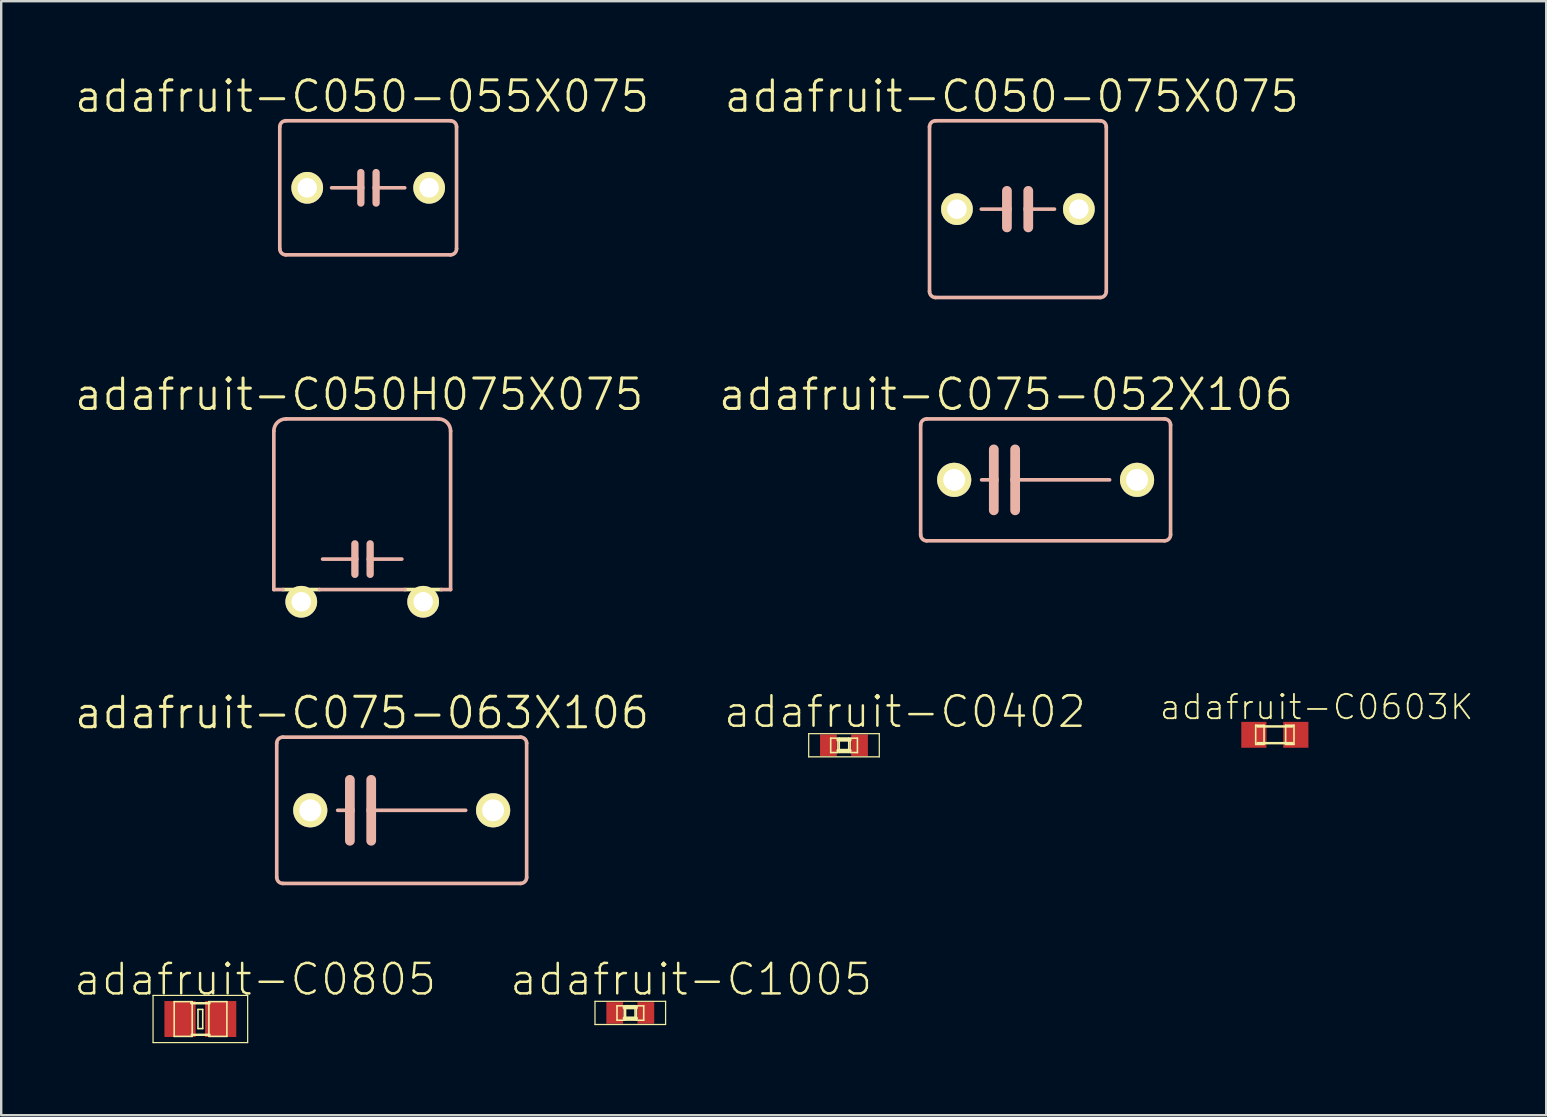
<source format=kicad_pcb>
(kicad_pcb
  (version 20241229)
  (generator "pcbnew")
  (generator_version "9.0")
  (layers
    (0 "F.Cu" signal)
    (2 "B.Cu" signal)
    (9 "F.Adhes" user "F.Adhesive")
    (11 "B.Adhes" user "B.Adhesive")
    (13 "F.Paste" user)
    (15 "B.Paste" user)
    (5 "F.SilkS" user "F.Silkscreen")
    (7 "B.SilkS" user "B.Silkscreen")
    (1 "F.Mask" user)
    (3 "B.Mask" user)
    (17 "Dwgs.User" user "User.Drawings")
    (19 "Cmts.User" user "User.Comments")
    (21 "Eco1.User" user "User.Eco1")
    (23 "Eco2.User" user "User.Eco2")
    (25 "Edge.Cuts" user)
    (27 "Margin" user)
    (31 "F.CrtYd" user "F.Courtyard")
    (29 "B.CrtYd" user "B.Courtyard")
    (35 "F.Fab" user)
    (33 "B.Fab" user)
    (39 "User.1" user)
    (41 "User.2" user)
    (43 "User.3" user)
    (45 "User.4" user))
  (footprint "adafruit-C075-052X106"
    (layer "F.Cu")
    (at 40.522 16.946)
    (property "Reference" "adafruit-C075-052X106" (at -1.651 -3.556 0) (layer "F.SilkS") (effects (font (size 1.27 1.27) (thickness 0.127))))
    (attr exclude_from_pos_files exclude_from_bom)
    (fp_line (start -5.207 -2.286) (end -5.207 2.286) (stroke (width 0.152) (type solid)) (layer "B.SilkS"))
    (fp_line (start -4.953 2.54) (end 4.953 2.54) (stroke (width 0.152) (type solid)) (layer "B.SilkS"))
    (fp_line (start -2.667 0) (end -2.159 0) (stroke (width 0.152) (type solid)) (layer "B.SilkS"))
    (fp_line (start -2.159 -1.27) (end -2.159 0) (stroke (width 0.406) (type solid)) (layer "B.SilkS"))
    (fp_line (start -2.159 0) (end -2.159 1.27) (stroke (width 0.406) (type solid)) (layer "B.SilkS"))
    (fp_line (start -1.27 -1.27) (end -1.27 0) (stroke (width 0.406) (type solid)) (layer "B.SilkS"))
    (fp_line (start -1.27 0) (end -1.27 1.27) (stroke (width 0.406) (type solid)) (layer "B.SilkS"))
    (fp_line (start -1.27 0) (end 2.667 0) (stroke (width 0.152) (type solid)) (layer "B.SilkS"))
    (fp_line (start 4.953 -2.54) (end -4.953 -2.54) (stroke (width 0.152) (type solid)) (layer "B.SilkS"))
    (fp_line (start 5.207 2.286) (end 5.207 -2.286) (stroke (width 0.152) (type solid)) (layer "B.SilkS"))
    (fp_arc (start -5.207 -2.286) (mid -5.132605 -2.465605) (end -4.953 -2.54) (stroke (width 0.1524) (type solid)) (layer "B.SilkS"))
    (fp_arc (start -4.953 2.54) (mid -5.132605 2.465605) (end -5.207 2.286) (stroke (width 0.1524) (type solid)) (layer "B.SilkS"))
    (fp_arc (start 4.953 -2.54) (mid 5.132605 -2.465605) (end 5.207 -2.286) (stroke (width 0.1524) (type solid)) (layer "B.SilkS"))
    (fp_arc (start 5.207 2.286) (mid 5.132605 2.465605) (end 4.953 2.54) (stroke (width 0.1524) (type solid)) (layer "B.SilkS"))
    (pad "1" thru_hole circle (at -3.81 0) (size 1.422 1.422) (drill 0.914) (layers "*.Cu" "F.Mask" "F.SilkS" "F.Paste"))
    (pad "2" thru_hole circle (at 3.81 0) (size 1.422 1.422) (drill 0.914) (layers "*.Cu" "F.Mask" "F.SilkS" "F.Paste")))
  (footprint "adafruit-C075-063X106"
    (layer "F.Cu")
    (at 13.689 30.716)
    (property "Reference" "adafruit-C075-063X106" (at -1.651 -4.064 0) (layer "F.SilkS") (effects (font (size 1.27 1.27) (thickness 0.127))))
    (attr exclude_from_pos_files exclude_from_bom)
    (fp_line (start -5.207 -2.794) (end -5.207 2.794) (stroke (width 0.152) (type solid)) (layer "B.SilkS"))
    (fp_line (start -4.953 3.048) (end 4.953 3.048) (stroke (width 0.152) (type solid)) (layer "B.SilkS"))
    (fp_line (start -2.667 0) (end -2.159 0) (stroke (width 0.152) (type solid)) (layer "B.SilkS"))
    (fp_line (start -2.159 -1.27) (end -2.159 0) (stroke (width 0.406) (type solid)) (layer "B.SilkS"))
    (fp_line (start -2.159 0) (end -2.159 1.27) (stroke (width 0.406) (type solid)) (layer "B.SilkS"))
    (fp_line (start -1.27 -1.27) (end -1.27 0) (stroke (width 0.406) (type solid)) (layer "B.SilkS"))
    (fp_line (start -1.27 0) (end -1.27 1.27) (stroke (width 0.406) (type solid)) (layer "B.SilkS"))
    (fp_line (start -1.27 0) (end 2.667 0) (stroke (width 0.152) (type solid)) (layer "B.SilkS"))
    (fp_line (start 4.953 -3.048) (end -4.953 -3.048) (stroke (width 0.152) (type solid)) (layer "B.SilkS"))
    (fp_line (start 5.207 2.794) (end 5.207 -2.794) (stroke (width 0.152) (type solid)) (layer "B.SilkS"))
    (fp_arc (start -5.207 -2.794) (mid -5.132605 -2.973605) (end -4.953 -3.048) (stroke (width 0.1524) (type solid)) (layer "B.SilkS"))
    (fp_arc (start -4.953 3.048) (mid -5.132605 2.973605) (end -5.207 2.794) (stroke (width 0.1524) (type solid)) (layer "B.SilkS"))
    (fp_arc (start 4.953 -3.048) (mid 5.132605 -2.973605) (end 5.207 -2.794) (stroke (width 0.1524) (type solid)) (layer "B.SilkS"))
    (fp_arc (start 5.207 2.794) (mid 5.132605 2.973605) (end 4.953 3.048) (stroke (width 0.1524) (type solid)) (layer "B.SilkS"))
    (pad "1" thru_hole circle (at -3.81 0) (size 1.422 1.422) (drill 0.914) (layers "*.Cu" "F.Mask" "F.SilkS" "F.Paste"))
    (pad "2" thru_hole circle (at 3.81 0) (size 1.422 1.422) (drill 0.914) (layers "*.Cu" "F.Mask" "F.SilkS" "F.Paste")))
  (footprint "adafruit-C050-055X075"
    (layer "F.Cu")
    (at 12.292 4.776)
    (property "Reference" "adafruit-C050-055X075" (at -0.254 -3.81 0) (layer "F.SilkS") (effects (font (size 1.27 1.27) (thickness 0.127))))
    (attr exclude_from_pos_files exclude_from_bom)
    (fp_line (start -3.683 -2.54) (end -3.683 2.54) (stroke (width 0.152) (type solid)) (layer "B.SilkS"))
    (fp_line (start -3.429 2.794) (end 3.429 2.794) (stroke (width 0.152) (type solid)) (layer "B.SilkS"))
    (fp_line (start -0.305 -0.635) (end -0.305 0) (stroke (width 0.305) (type solid)) (layer "B.SilkS"))
    (fp_line (start -0.305 0) (end -1.524 0) (stroke (width 0.152) (type solid)) (layer "B.SilkS"))
    (fp_line (start -0.305 0) (end -0.305 0.635) (stroke (width 0.305) (type solid)) (layer "B.SilkS"))
    (fp_line (start 0.33 -0.635) (end 0.33 0) (stroke (width 0.305) (type solid)) (layer "B.SilkS"))
    (fp_line (start 0.33 0) (end 0.33 0.635) (stroke (width 0.305) (type solid)) (layer "B.SilkS"))
    (fp_line (start 0.33 0) (end 1.524 0) (stroke (width 0.152) (type solid)) (layer "B.SilkS"))
    (fp_line (start 3.429 -2.794) (end -3.429 -2.794) (stroke (width 0.152) (type solid)) (layer "B.SilkS"))
    (fp_line (start 3.683 2.54) (end 3.683 -2.54) (stroke (width 0.152) (type solid)) (layer "B.SilkS"))
    (fp_arc (start -3.683 -2.54) (mid -3.608605 -2.719605) (end -3.429 -2.794) (stroke (width 0.1524) (type solid)) (layer "B.SilkS"))
    (fp_arc (start -3.429 2.794) (mid -3.608605 2.719605) (end -3.683 2.54) (stroke (width 0.1524) (type solid)) (layer "B.SilkS"))
    (fp_arc (start 3.429 -2.794) (mid 3.608605 -2.719605) (end 3.683 -2.54) (stroke (width 0.1524) (type solid)) (layer "B.SilkS"))
    (fp_arc (start 3.683 2.54) (mid 3.608605 2.719605) (end 3.429 2.794) (stroke (width 0.1524) (type solid)) (layer "B.SilkS"))
    (pad "1" thru_hole circle (at -2.54 0) (size 1.321 1.321) (drill 0.813) (layers "*.Cu" "F.Mask" "F.SilkS" "F.Paste"))
    (pad "2" thru_hole circle (at 2.54 0) (size 1.321 1.321) (drill 0.813) (layers "*.Cu" "F.Mask" "F.SilkS" "F.Paste")))
  (footprint "adafruit-C0402"
    (layer "F.Cu")
    (at 32.12 28.005)
    (property "Reference" "adafruit-C0402" (at 2.54 -1.397 0) (layer "F.SilkS") (effects (font (size 1.27 1.27) (thickness 0.102))))
    (attr smd)
    (fp_line (start -1.471 -0.483) (end 1.471 -0.483) (stroke (width 0.051) (type solid)) (layer "F.SilkS"))
    (fp_line (start -1.471 0.483) (end -1.471 -0.483) (stroke (width 0.051) (type solid)) (layer "F.SilkS"))
    (fp_line (start -0.554 -0.295) (end -0.254 -0.295) (stroke (width 0.066) (type solid)) (layer "F.SilkS"))
    (fp_line (start -0.554 0.305) (end -0.554 -0.295) (stroke (width 0.066) (type solid)) (layer "F.SilkS"))
    (fp_line (start -0.554 0.305) (end -0.254 0.305) (stroke (width 0.066) (type solid)) (layer "F.SilkS"))
    (fp_line (start -0.254 0.305) (end -0.254 -0.295) (stroke (width 0.066) (type solid)) (layer "F.SilkS"))
    (fp_line (start -0.244 -0.224) (end 0.244 -0.224) (stroke (width 0.152) (type solid)) (layer "F.SilkS"))
    (fp_line (start -0.198 -0.3) (end 0.198 -0.3) (stroke (width 0.066) (type solid)) (layer "F.SilkS"))
    (fp_line (start -0.198 0.3) (end -0.198 -0.3) (stroke (width 0.066) (type solid)) (layer "F.SilkS"))
    (fp_line (start -0.198 0.3) (end 0.198 0.3) (stroke (width 0.066) (type solid)) (layer "F.SilkS"))
    (fp_line (start 0.198 0.3) (end 0.198 -0.3) (stroke (width 0.066) (type solid)) (layer "F.SilkS"))
    (fp_line (start 0.244 0.224) (end -0.244 0.224) (stroke (width 0.152) (type solid)) (layer "F.SilkS"))
    (fp_line (start 0.257 -0.295) (end 0.559 -0.295) (stroke (width 0.066) (type solid)) (layer "F.SilkS"))
    (fp_line (start 0.257 0.305) (end 0.257 -0.295) (stroke (width 0.066) (type solid)) (layer "F.SilkS"))
    (fp_line (start 0.257 0.305) (end 0.559 0.305) (stroke (width 0.066) (type solid)) (layer "F.SilkS"))
    (fp_line (start 0.559 0.305) (end 0.559 -0.295) (stroke (width 0.066) (type solid)) (layer "F.SilkS"))
    (fp_line (start 1.471 -0.483) (end 1.471 0.483) (stroke (width 0.051) (type solid)) (layer "F.SilkS"))
    (fp_line (start 1.471 0.483) (end -1.471 0.483) (stroke (width 0.051) (type solid)) (layer "F.SilkS"))
    (pad "1" smd rect (at -0.648 0) (size 0.699 0.899) (layers "F.Cu" "F.Mask" "F.Paste"))
    (pad "2" smd rect (at 0.648 0) (size 0.699 0.899) (layers "F.Cu" "F.Mask" "F.Paste")))
  (footprint "adafruit-C1005"
    (layer "F.Cu")
    (at 23.215 39.159)
    (property "Reference" "adafruit-C1005" (at 2.54 -1.397 0) (layer "F.SilkS") (effects (font (size 1.27 1.27) (thickness 0.102))))
    (attr smd)
    (fp_line (start -1.471 -0.483) (end 1.471 -0.483) (stroke (width 0.051) (type solid)) (layer "F.SilkS"))
    (fp_line (start -1.471 0.483) (end -1.471 -0.483) (stroke (width 0.051) (type solid)) (layer "F.SilkS"))
    (fp_line (start -0.554 -0.295) (end -0.254 -0.295) (stroke (width 0.066) (type solid)) (layer "F.SilkS"))
    (fp_line (start -0.554 0.305) (end -0.554 -0.295) (stroke (width 0.066) (type solid)) (layer "F.SilkS"))
    (fp_line (start -0.554 0.305) (end -0.254 0.305) (stroke (width 0.066) (type solid)) (layer "F.SilkS"))
    (fp_line (start -0.254 0.305) (end -0.254 -0.295) (stroke (width 0.066) (type solid)) (layer "F.SilkS"))
    (fp_line (start -0.244 -0.224) (end 0.244 -0.224) (stroke (width 0.152) (type solid)) (layer "F.SilkS"))
    (fp_line (start -0.198 -0.3) (end 0.198 -0.3) (stroke (width 0.066) (type solid)) (layer "F.SilkS"))
    (fp_line (start -0.198 0.3) (end -0.198 -0.3) (stroke (width 0.066) (type solid)) (layer "F.SilkS"))
    (fp_line (start -0.198 0.3) (end 0.198 0.3) (stroke (width 0.066) (type solid)) (layer "F.SilkS"))
    (fp_line (start 0.198 0.3) (end 0.198 -0.3) (stroke (width 0.066) (type solid)) (layer "F.SilkS"))
    (fp_line (start 0.244 0.224) (end -0.244 0.224) (stroke (width 0.152) (type solid)) (layer "F.SilkS"))
    (fp_line (start 0.257 -0.295) (end 0.559 -0.295) (stroke (width 0.066) (type solid)) (layer "F.SilkS"))
    (fp_line (start 0.257 0.305) (end 0.257 -0.295) (stroke (width 0.066) (type solid)) (layer "F.SilkS"))
    (fp_line (start 0.257 0.305) (end 0.559 0.305) (stroke (width 0.066) (type solid)) (layer "F.SilkS"))
    (fp_line (start 0.559 0.305) (end 0.559 -0.295) (stroke (width 0.066) (type solid)) (layer "F.SilkS"))
    (fp_line (start 1.471 -0.483) (end 1.471 0.483) (stroke (width 0.051) (type solid)) (layer "F.SilkS"))
    (fp_line (start 1.471 0.483) (end -1.471 0.483) (stroke (width 0.051) (type solid)) (layer "F.SilkS"))
    (pad "1" smd rect (at -0.648 0) (size 0.699 0.899) (layers "F.Cu" "F.Mask" "F.Paste"))
    (pad "2" smd rect (at 0.648 0) (size 0.699 0.899) (layers "F.Cu" "F.Mask" "F.Paste")))
  (footprint "adafruit-C050H075X075"
    (layer "F.Cu")
    (at 12.044 22.026)
    (property "Reference" "adafruit-C050H075X075" (at -0.127 -8.636 0) (layer "F.SilkS") (effects (font (size 1.27 1.27) (thickness 0.127))))
    (attr exclude_from_pos_files exclude_from_bom)
    (fp_line (start -3.302 -0.508) (end -1.778 -0.508) (stroke (width 0.152) (type solid)) (layer "F.SilkS"))
    (fp_line (start -2.794 -0.508) (end -2.286 -0.508) (stroke (width 0.066) (type solid)) (layer "F.SilkS"))
    (fp_line (start -2.794 -0.127) (end -2.794 -0.508) (stroke (width 0.066) (type solid)) (layer "F.SilkS"))
    (fp_line (start -2.794 -0.127) (end -2.286 -0.127) (stroke (width 0.066) (type solid)) (layer "F.SilkS"))
    (fp_line (start -2.54 0) (end -2.54 -0.254) (stroke (width 0.508) (type solid)) (layer "F.SilkS"))
    (fp_line (start -2.286 -0.127) (end -2.286 -0.508) (stroke (width 0.066) (type solid)) (layer "F.SilkS"))
    (fp_line (start 1.778 -0.508) (end 3.302 -0.508) (stroke (width 0.152) (type solid)) (layer "F.SilkS"))
    (fp_line (start 2.286 -0.508) (end 2.794 -0.508) (stroke (width 0.066) (type solid)) (layer "F.SilkS"))
    (fp_line (start 2.286 -0.127) (end 2.286 -0.508) (stroke (width 0.066) (type solid)) (layer "F.SilkS"))
    (fp_line (start 2.286 -0.127) (end 2.794 -0.127) (stroke (width 0.066) (type solid)) (layer "F.SilkS"))
    (fp_line (start 2.54 0) (end 2.54 -0.254) (stroke (width 0.508) (type solid)) (layer "F.SilkS"))
    (fp_line (start 2.794 -0.127) (end 2.794 -0.508) (stroke (width 0.066) (type solid)) (layer "F.SilkS"))
    (fp_line (start -3.683 -7.112) (end -3.683 -0.508) (stroke (width 0.152) (type solid)) (layer "B.SilkS"))
    (fp_line (start -3.683 -0.508) (end -3.302 -0.508) (stroke (width 0.152) (type solid)) (layer "B.SilkS"))
    (fp_line (start -1.778 -0.508) (end 1.778 -0.508) (stroke (width 0.152) (type solid)) (layer "B.SilkS"))
    (fp_line (start -0.305 -2.413) (end -0.305 -1.778) (stroke (width 0.305) (type solid)) (layer "B.SilkS"))
    (fp_line (start -0.305 -1.778) (end -1.651 -1.778) (stroke (width 0.152) (type solid)) (layer "B.SilkS"))
    (fp_line (start -0.305 -1.778) (end -0.305 -1.143) (stroke (width 0.305) (type solid)) (layer "B.SilkS"))
    (fp_line (start 0.33 -2.413) (end 0.33 -1.778) (stroke (width 0.305) (type solid)) (layer "B.SilkS"))
    (fp_line (start 0.33 -1.778) (end 0.33 -1.143) (stroke (width 0.305) (type solid)) (layer "B.SilkS"))
    (fp_line (start 0.33 -1.778) (end 1.651 -1.778) (stroke (width 0.152) (type solid)) (layer "B.SilkS"))
    (fp_line (start 3.175 -7.62) (end -3.175 -7.62) (stroke (width 0.152) (type solid)) (layer "B.SilkS"))
    (fp_line (start 3.302 -0.508) (end 3.683 -0.508) (stroke (width 0.152) (type solid)) (layer "B.SilkS"))
    (fp_line (start 3.683 -0.508) (end 3.683 -7.112) (stroke (width 0.152) (type solid)) (layer "B.SilkS"))
    (fp_arc (start -3.683 -7.112) (mid -3.53421 -7.47121) (end -3.175 -7.62) (stroke (width 0.1524) (type solid)) (layer "B.SilkS"))
    (fp_arc (start 3.175 -7.62) (mid 3.53421 -7.47121) (end 3.683 -7.112) (stroke (width 0.1524) (type solid)) (layer "B.SilkS"))
    (pad "1" thru_hole circle (at -2.54 0) (size 1.321 1.321) (drill 0.813) (layers "*.Cu" "F.Mask" "F.SilkS" "F.Paste"))
    (pad "2" thru_hole circle (at 2.54 0) (size 1.321 1.321) (drill 0.813) (layers "*.Cu" "F.Mask" "F.SilkS" "F.Paste")))
  (footprint "adafruit-C0603K"
    (layer "F.Cu")
    (at 50.074 27.57)
    (property "Reference" "adafruit-C0603K" (at 1.74 -1.156 0) (layer "F.SilkS") (effects (font (size 1.016 1.016) (thickness 0.076))))
    (attr smd)
    (fp_line (start -0.798 -0.399) (end -0.45 -0.399) (stroke (width 0.066) (type solid)) (layer "F.SilkS"))
    (fp_line (start -0.798 0.399) (end -0.798 -0.399) (stroke (width 0.066) (type solid)) (layer "F.SilkS"))
    (fp_line (start -0.798 0.399) (end -0.45 0.399) (stroke (width 0.066) (type solid)) (layer "F.SilkS"))
    (fp_line (start -0.724 -0.348) (end 0.724 -0.348) (stroke (width 0.102) (type solid)) (layer "F.SilkS"))
    (fp_line (start -0.45 0.399) (end -0.45 -0.399) (stroke (width 0.066) (type solid)) (layer "F.SilkS"))
    (fp_line (start 0.45 -0.399) (end 0.798 -0.399) (stroke (width 0.066) (type solid)) (layer "F.SilkS"))
    (fp_line (start 0.45 0.399) (end 0.45 -0.399) (stroke (width 0.066) (type solid)) (layer "F.SilkS"))
    (fp_line (start 0.45 0.399) (end 0.798 0.399) (stroke (width 0.066) (type solid)) (layer "F.SilkS"))
    (fp_line (start 0.724 0.348) (end -0.724 0.348) (stroke (width 0.102) (type solid)) (layer "F.SilkS"))
    (fp_line (start 0.798 0.399) (end 0.798 -0.399) (stroke (width 0.066) (type solid)) (layer "F.SilkS"))
    (pad "1" smd rect (at -0.874 0) (size 1.049 1.079) (layers "F.Cu" "F.Mask" "F.Paste"))
    (pad "2" smd rect (at 0.874 0) (size 1.049 1.079) (layers "F.Cu" "F.Mask" "F.Paste")))
  (footprint "adafruit-C050-075X075"
    (layer "F.Cu")
    (at 39.367 5.665)
    (property "Reference" "adafruit-C050-075X075" (at -0.254 -4.699 0) (layer "F.SilkS") (effects (font (size 1.27 1.27) (thickness 0.127))))
    (attr exclude_from_pos_files exclude_from_bom)
    (fp_line (start -3.683 -3.429) (end -3.683 3.429) (stroke (width 0.152) (type solid)) (layer "B.SilkS"))
    (fp_line (start -3.429 3.683) (end 3.429 3.683) (stroke (width 0.152) (type solid)) (layer "B.SilkS"))
    (fp_line (start -1.524 0) (end -0.457 0) (stroke (width 0.152) (type solid)) (layer "B.SilkS"))
    (fp_line (start -0.457 0) (end -0.457 -0.762) (stroke (width 0.406) (type solid)) (layer "B.SilkS"))
    (fp_line (start -0.457 0) (end -0.457 0.762) (stroke (width 0.406) (type solid)) (layer "B.SilkS"))
    (fp_line (start 0.432 -0.762) (end 0.432 0) (stroke (width 0.406) (type solid)) (layer "B.SilkS"))
    (fp_line (start 0.432 0) (end 0.432 0.762) (stroke (width 0.406) (type solid)) (layer "B.SilkS"))
    (fp_line (start 0.432 0) (end 1.524 0) (stroke (width 0.152) (type solid)) (layer "B.SilkS"))
    (fp_line (start 3.429 -3.683) (end -3.429 -3.683) (stroke (width 0.152) (type solid)) (layer "B.SilkS"))
    (fp_line (start 3.683 3.429) (end 3.683 -3.429) (stroke (width 0.152) (type solid)) (layer "B.SilkS"))
    (fp_arc (start -3.683 -3.429) (mid -3.608605 -3.608605) (end -3.429 -3.683) (stroke (width 0.1524) (type solid)) (layer "B.SilkS"))
    (fp_arc (start -3.429 3.683) (mid -3.608605 3.608605) (end -3.683 3.429) (stroke (width 0.1524) (type solid)) (layer "B.SilkS"))
    (fp_arc (start 3.429 -3.683) (mid 3.608605 -3.608605) (end 3.683 -3.429) (stroke (width 0.1524) (type solid)) (layer "B.SilkS"))
    (fp_arc (start 3.683 3.429) (mid 3.608605 3.608605) (end 3.429 3.683) (stroke (width 0.1524) (type solid)) (layer "B.SilkS"))
    (pad "1" thru_hole circle (at -2.54 0) (size 1.321 1.321) (drill 0.813) (layers "*.Cu" "F.Mask" "F.SilkS" "F.Paste"))
    (pad "2" thru_hole circle (at 2.54 0) (size 1.321 1.321) (drill 0.813) (layers "*.Cu" "F.Mask" "F.SilkS" "F.Paste")))
  (footprint "adafruit-C0805"
    (layer "F.Cu")
    (at 5.299 39.413)
    (property "Reference" "adafruit-C0805" (at 2.286 -1.651 0) (layer "F.SilkS") (effects (font (size 1.27 1.27) (thickness 0.102))))
    (attr smd)
    (fp_line (start -1.971 -0.983) (end 1.971 -0.983) (stroke (width 0.051) (type solid)) (layer "F.SilkS"))
    (fp_line (start -1.971 0.983) (end -1.971 -0.983) (stroke (width 0.051) (type solid)) (layer "F.SilkS"))
    (fp_line (start -1.09 -0.724) (end -0.34 -0.724) (stroke (width 0.066) (type solid)) (layer "F.SilkS"))
    (fp_line (start -1.09 0.724) (end -1.09 -0.724) (stroke (width 0.066) (type solid)) (layer "F.SilkS"))
    (fp_line (start -1.09 0.724) (end -0.34 0.724) (stroke (width 0.066) (type solid)) (layer "F.SilkS"))
    (fp_line (start -0.381 -0.658) (end 0.381 -0.658) (stroke (width 0.102) (type solid)) (layer "F.SilkS"))
    (fp_line (start -0.356 0.658) (end 0.381 0.658) (stroke (width 0.102) (type solid)) (layer "F.SilkS"))
    (fp_line (start -0.34 0.724) (end -0.34 -0.724) (stroke (width 0.066) (type solid)) (layer "F.SilkS"))
    (fp_line (start -0.099 -0.399) (end 0.099 -0.399) (stroke (width 0.066) (type solid)) (layer "F.SilkS"))
    (fp_line (start -0.099 0.399) (end -0.099 -0.399) (stroke (width 0.066) (type solid)) (layer "F.SilkS"))
    (fp_line (start -0.099 0.399) (end 0.099 0.399) (stroke (width 0.066) (type solid)) (layer "F.SilkS"))
    (fp_line (start 0.099 0.399) (end 0.099 -0.399) (stroke (width 0.066) (type solid)) (layer "F.SilkS"))
    (fp_line (start 0.356 -0.724) (end 1.105 -0.724) (stroke (width 0.066) (type solid)) (layer "F.SilkS"))
    (fp_line (start 0.356 0.724) (end 0.356 -0.724) (stroke (width 0.066) (type solid)) (layer "F.SilkS"))
    (fp_line (start 0.356 0.724) (end 1.105 0.724) (stroke (width 0.066) (type solid)) (layer "F.SilkS"))
    (fp_line (start 1.105 0.724) (end 1.105 -0.724) (stroke (width 0.066) (type solid)) (layer "F.SilkS"))
    (fp_line (start 1.971 -0.983) (end 1.971 0.983) (stroke (width 0.051) (type solid)) (layer "F.SilkS"))
    (fp_line (start 1.971 0.983) (end -1.971 0.983) (stroke (width 0.051) (type solid)) (layer "F.SilkS"))
    (pad "1" smd rect (at -0.848 0) (size 1.298 1.499) (layers "F.Cu" "F.Mask" "F.Paste"))
    (pad "2" smd rect (at 0.848 0) (size 1.298 1.499) (layers "F.Cu" "F.Mask" "F.Paste")))
  (gr_rect
    (start -3 -3)
    (end 61.382 43.421)
    (stroke (width 0.1) (type default))
    (fill no)
    (layer "Edge.Cuts")))
</source>
